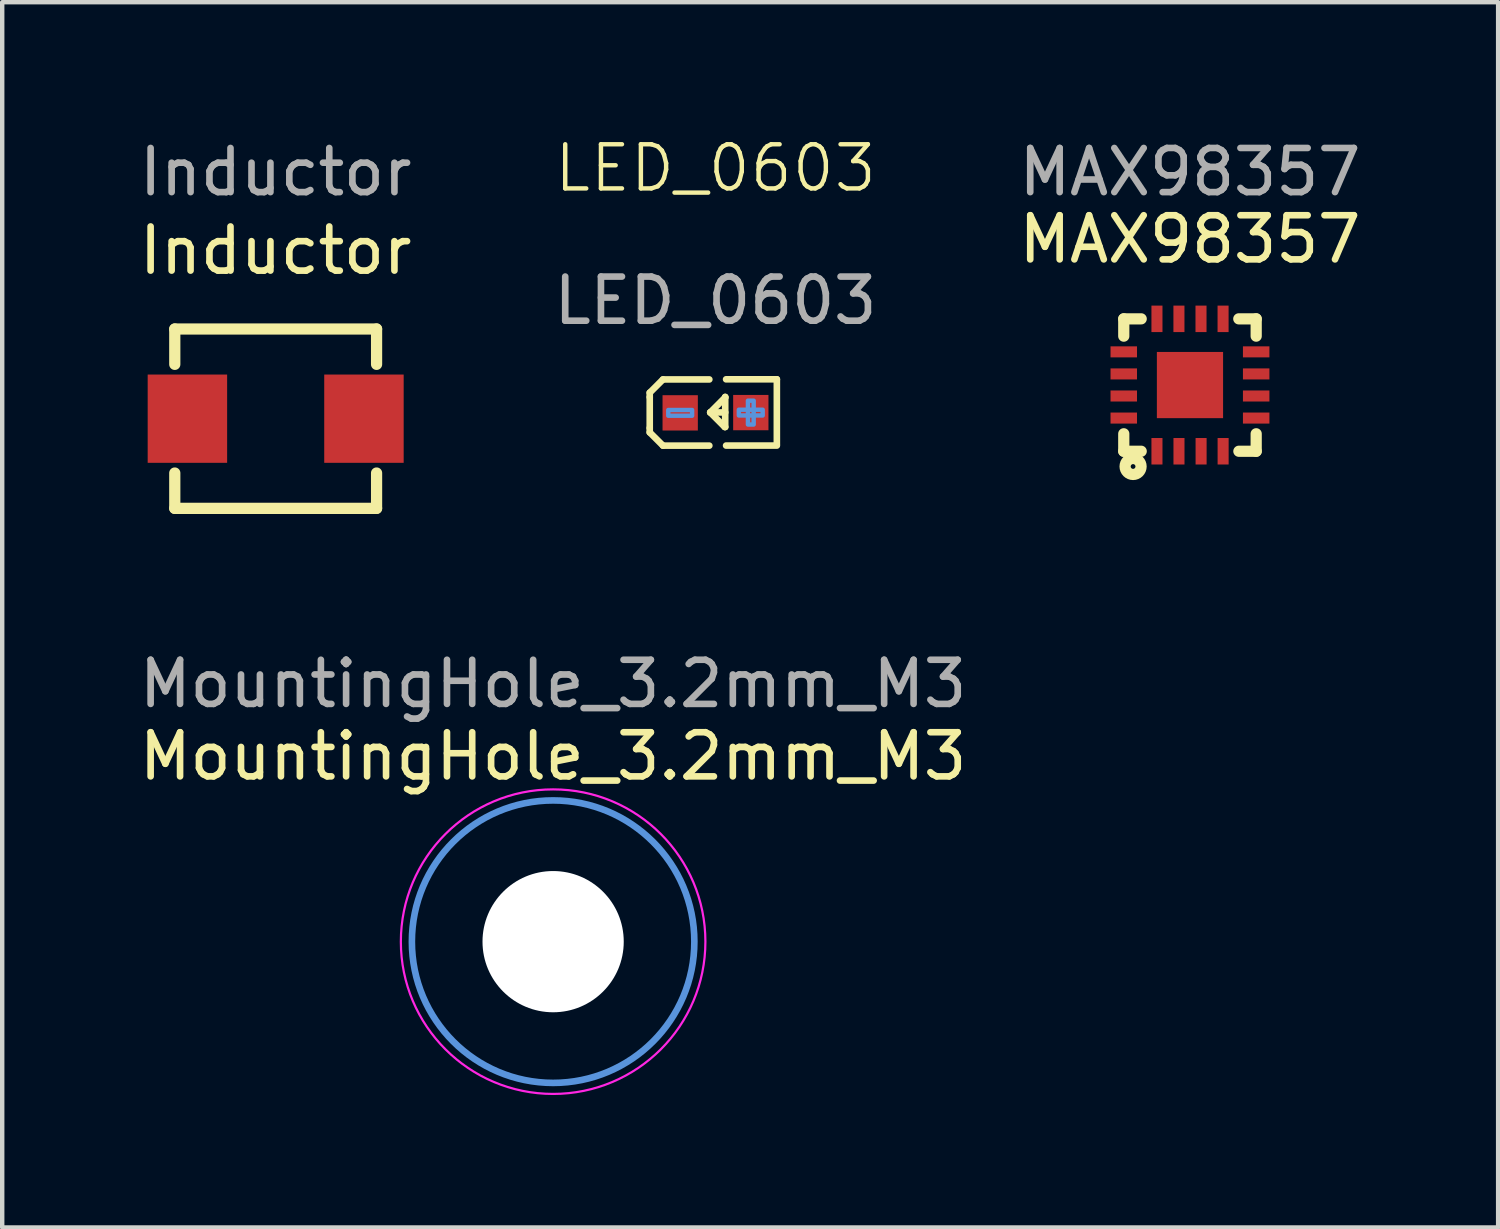
<source format=kicad_pcb>
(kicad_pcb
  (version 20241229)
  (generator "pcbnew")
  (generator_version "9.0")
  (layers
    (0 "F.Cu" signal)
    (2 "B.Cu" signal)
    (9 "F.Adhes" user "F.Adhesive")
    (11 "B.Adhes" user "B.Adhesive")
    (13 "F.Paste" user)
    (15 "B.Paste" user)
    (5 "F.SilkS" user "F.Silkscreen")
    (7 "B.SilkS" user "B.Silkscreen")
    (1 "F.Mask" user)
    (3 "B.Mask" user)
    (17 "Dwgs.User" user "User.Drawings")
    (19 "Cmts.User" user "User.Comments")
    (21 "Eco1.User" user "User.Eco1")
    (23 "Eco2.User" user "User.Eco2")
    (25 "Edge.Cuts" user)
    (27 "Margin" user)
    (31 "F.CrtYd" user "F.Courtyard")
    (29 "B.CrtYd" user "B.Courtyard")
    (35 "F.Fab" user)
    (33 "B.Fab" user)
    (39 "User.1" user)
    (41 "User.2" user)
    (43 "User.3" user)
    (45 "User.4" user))
  (footprint "Inductor"
    (layer "F.Cu")
    (at 3.196 6.436)
    (property "Reference" "Inductor" (at 0 -3.81 0) (unlocked yes) (layer "F.SilkS") (effects (font (size 1 1) (thickness 0.15))))
    (attr smd)
    (fp_line (start -2.286 -2.032) (end 2.286 -2.032) (stroke (width 0.254) (type solid)) (layer "F.SilkS"))
    (fp_line (start -2.286 -1.231) (end -2.286 -2.032) (stroke (width 0.254) (type solid)) (layer "F.SilkS"))
    (fp_line (start -2.286 2.032) (end -2.286 1.231) (stroke (width 0.254) (type solid)) (layer "F.SilkS"))
    (fp_line (start 2.286 -2.032) (end 2.286 -1.231) (stroke (width 0.254) (type solid)) (layer "F.SilkS"))
    (fp_line (start 2.286 1.231) (end 2.286 2.032) (stroke (width 0.254) (type solid)) (layer "F.SilkS"))
    (fp_line (start 2.286 2.032) (end -2.286 2.032) (stroke (width 0.254) (type solid)) (layer "F.SilkS"))
    (fp_text user "${REFERENCE}" (at 0 -5.588 0) (unlocked yes) (layer "F.Fab") (effects (font (size 1 1) (thickness 0.15))))
    (pad "1" smd rect (at -2 0 90) (size 2 1.8) (layers "F.Cu" "F.Mask" "F.Paste"))
    (pad "2" smd rect (at 2 0 90) (size 2 1.8) (layers "F.Cu" "F.Mask" "F.Paste")))
  (footprint "MAX98357"
    (layer "F.Cu")
    (at 23.911 5.674)
    (property "Reference" "MAX98357" (at 0 -3.302 0) (unlocked yes) (layer "F.SilkS") (effects (font (size 1 1) (thickness 0.15))))
    (attr smd)
    (fp_line (start -1.5 -1.5) (end -1.5 -1.108) (stroke (width 0.254) (type solid)) (layer "F.SilkS"))
    (fp_line (start -1.5 -1.5) (end -1.105 -1.5) (stroke (width 0.254) (type solid)) (layer "F.SilkS"))
    (fp_line (start -1.5 1.104) (end -1.5 1.5) (stroke (width 0.254) (type solid)) (layer "F.SilkS"))
    (fp_line (start -1.5 1.5) (end -1.105 1.5) (stroke (width 0.254) (type solid)) (layer "F.SilkS"))
    (fp_line (start 1.106 -1.5) (end 1.5 -1.5) (stroke (width 0.254) (type solid)) (layer "F.SilkS"))
    (fp_line (start 1.108 1.5) (end 1.5 1.5) (stroke (width 0.254) (type solid)) (layer "F.SilkS"))
    (fp_line (start 1.5 -1.108) (end 1.5 -1.5) (stroke (width 0.254) (type solid)) (layer "F.SilkS"))
    (fp_line (start 1.5 1.5) (end 1.5 1.104) (stroke (width 0.254) (type solid)) (layer "F.SilkS"))
    (fp_circle (center -1.289 1.845) (end -1.235 1.845) (stroke (width 0.254) (type solid)) (fill no) (layer "F.SilkS"))
    (fp_poly (pts (xy -1.8 -0.627) (xy -1.8 -0.877) (xy -1.2 -0.877) (xy -1.2 -0.627)) (stroke (width 0) (type solid)) (fill yes) (layer "F.Paste"))
    (fp_poly (pts (xy -1.8 -0.127) (xy -1.8 -0.377) (xy -1.2 -0.377) (xy -1.2 -0.127)) (stroke (width 0) (type solid)) (fill yes) (layer "F.Paste"))
    (fp_poly (pts (xy -1.8 0.373) (xy -1.8 0.123) (xy -1.2 0.123) (xy -1.2 0.373)) (stroke (width 0) (type solid)) (fill yes) (layer "F.Paste"))
    (fp_poly (pts (xy -1.8 0.873) (xy -1.8 0.623) (xy -1.2 0.623) (xy -1.2 0.873)) (stroke (width 0) (type solid)) (fill yes) (layer "F.Paste"))
    (fp_poly (pts (xy -0.873 -1.8) (xy -0.623 -1.8) (xy -0.623 -1.2) (xy -0.873 -1.2)) (stroke (width 0) (type solid)) (fill yes) (layer "F.Paste"))
    (fp_poly (pts (xy -0.623 1.8) (xy -0.873 1.8) (xy -0.873 1.2) (xy -0.623 1.2)) (stroke (width 0) (type solid)) (fill yes) (layer "F.Paste"))
    (fp_poly (pts (xy -0.6 0.6) (xy -0.6 -0.6) (xy 0.6 -0.6) (xy 0.6 0.6)) (stroke (width 0) (type solid)) (fill yes) (layer "F.Paste"))
    (fp_poly (pts (xy -0.375 -1.8) (xy -0.125 -1.8) (xy -0.125 -1.2) (xy -0.375 -1.2)) (stroke (width 0) (type solid)) (fill yes) (layer "F.Paste"))
    (fp_poly (pts (xy -0.123 1.8) (xy -0.373 1.8) (xy -0.373 1.2) (xy -0.123 1.2)) (stroke (width 0) (type solid)) (fill yes) (layer "F.Paste"))
    (fp_poly (pts (xy 0.125 -1.8) (xy 0.375 -1.8) (xy 0.375 -1.2) (xy 0.125 -1.2)) (stroke (width 0) (type solid)) (fill yes) (layer "F.Paste"))
    (fp_poly (pts (xy 0.377 1.8) (xy 0.127 1.8) (xy 0.127 1.2) (xy 0.377 1.2)) (stroke (width 0) (type solid)) (fill yes) (layer "F.Paste"))
    (fp_poly (pts (xy 0.625 -1.8) (xy 0.875 -1.8) (xy 0.875 -1.2) (xy 0.625 -1.2)) (stroke (width 0) (type solid)) (fill yes) (layer "F.Paste"))
    (fp_poly (pts (xy 0.877 1.8) (xy 0.627 1.8) (xy 0.627 1.2) (xy 0.877 1.2)) (stroke (width 0) (type solid)) (fill yes) (layer "F.Paste"))
    (fp_poly (pts (xy 1.8 -0.877) (xy 1.8 -0.627) (xy 1.2 -0.627) (xy 1.2 -0.877)) (stroke (width 0) (type solid)) (fill yes) (layer "F.Paste"))
    (fp_poly (pts (xy 1.8 -0.377) (xy 1.8 -0.127) (xy 1.2 -0.127) (xy 1.2 -0.377)) (stroke (width 0) (type solid)) (fill yes) (layer "F.Paste"))
    (fp_poly (pts (xy 1.8 0.123) (xy 1.8 0.373) (xy 1.2 0.373) (xy 1.2 0.123)) (stroke (width 0) (type solid)) (fill yes) (layer "F.Paste"))
    (fp_poly (pts (xy 1.8 0.623) (xy 1.8 0.873) (xy 1.2 0.873) (xy 1.2 0.623)) (stroke (width 0) (type solid)) (fill yes) (layer "F.Paste"))
    (fp_text user "${REFERENCE}" (at 0 -4.826 0) (unlocked yes) (layer "F.Fab") (effects (font (size 1 1) (thickness 0.15))))
    (pad "1" smd rect (at -0.748 1.5 180) (size 0.25 0.6) (layers "F.Cu" "F.Mask" "F.Paste"))
    (pad "2" smd rect (at -0.249 1.5 180) (size 0.25 0.6) (layers "F.Cu" "F.Mask" "F.Paste"))
    (pad "3" smd rect (at 0.252 1.5 180) (size 0.25 0.6) (layers "F.Cu" "F.Mask" "F.Paste"))
    (pad "4" smd rect (at 0.751 1.5 180) (size 0.25 0.6) (layers "F.Cu" "F.Mask" "F.Paste"))
    (pad "5" smd rect (at 1.5 0.748 270) (size 0.25 0.6) (layers "F.Cu" "F.Mask" "F.Paste"))
    (pad "6" smd rect (at 1.5 0.248 270) (size 0.25 0.6) (layers "F.Cu" "F.Mask" "F.Paste"))
    (pad "7" smd rect (at 1.5 -0.252 270) (size 0.25 0.6) (layers "F.Cu" "F.Mask" "F.Paste"))
    (pad "8" smd rect (at 1.5 -0.752 270) (size 0.25 0.6) (layers "F.Cu" "F.Mask" "F.Paste"))
    (pad "9" smd rect (at 0.75 -1.5) (size 0.25 0.6) (layers "F.Cu" "F.Mask" "F.Paste"))
    (pad "10" smd rect (at 0.25 -1.5) (size 0.25 0.6) (layers "F.Cu" "F.Mask" "F.Paste"))
    (pad "11" smd rect (at -0.25 -1.5) (size 0.25 0.6) (layers "F.Cu" "F.Mask" "F.Paste"))
    (pad "12" smd rect (at -0.748 -1.5) (size 0.25 0.6) (layers "F.Cu" "F.Mask" "F.Paste"))
    (pad "13" smd rect (at -1.5 -0.752 90) (size 0.25 0.6) (layers "F.Cu" "F.Mask" "F.Paste"))
    (pad "14" smd rect (at -1.5 -0.252 90) (size 0.25 0.6) (layers "F.Cu" "F.Mask" "F.Paste"))
    (pad "15" smd rect (at -1.5 0.248 90) (size 0.25 0.6) (layers "F.Cu" "F.Mask" "F.Paste"))
    (pad "16" smd rect (at -1.5 0.748 90) (size 0.25 0.6) (layers "F.Cu" "F.Mask" "F.Paste"))
    (pad "17" smd rect (at 0 0 90) (size 1.5 1.5) (layers "F.Cu" "F.Mask" "F.Paste")))
  (footprint "MountingHole_3.2mm_M3"
    (layer "F.Cu")
    (at 9.482 18.285)
    (property "Reference" "MountingHole_3.2mm_M3" (at 0 -4.2 0) (layer "F.SilkS") (effects (font (size 1 1) (thickness 0.15))))
    (attr exclude_from_pos_files exclude_from_bom)
    (fp_circle (center 0 0) (end 3.2 0) (stroke (width 0.15) (type solid)) (fill no) (layer "Cmts.User"))
    (fp_circle (center 0 0) (end 3.45 0) (stroke (width 0.05) (type solid)) (fill no) (layer "F.CrtYd"))
    (fp_text user "${REFERENCE}" (at 0 -5.842 0) (layer "F.Fab") (effects (font (size 1 1) (thickness 0.15))))
    (pad "" np_thru_hole circle (at 0 0) (size 3.2 3.2) (drill 3.2) (layers "*.Cu" "*.Mask")))
  (footprint "LED_0603"
    (layer "F.Cu")
    (at 13.161 6.301)
    (property "Reference" "LED_0603" (at 0 -5.54 0) (unlocked yes) (layer "F.SilkS") (effects (font (size 1 1) (thickness 0.1))))
    (attr smd)
    (fp_line (start -1.49 -0.454) (end -1.19 -0.754) (stroke (width 0.15) (type solid)) (layer "F.SilkS"))
    (fp_line (start -1.49 -0.354) (end -1.49 -0.454) (stroke (width 0.15) (type solid)) (layer "F.SilkS"))
    (fp_line (start -1.49 -0.354) (end -1.49 0.346) (stroke (width 0.15) (type solid)) (layer "F.SilkS"))
    (fp_line (start -1.49 0.346) (end -1.49 0.446) (stroke (width 0.15) (type solid)) (layer "F.SilkS"))
    (fp_line (start -1.49 0.446) (end -1.19 0.746) (stroke (width 0.15) (type solid)) (layer "F.SilkS"))
    (fp_line (start -0.14 -0.754) (end -1.19 -0.754) (stroke (width 0.15) (type solid)) (layer "F.SilkS"))
    (fp_line (start -0.14 0.746) (end -1.19 0.746) (stroke (width 0.15) (type solid)) (layer "F.SilkS"))
    (fp_line (start 0.21 0.323) (end -0.12 -0.007) (stroke (width 0.15) (type solid)) (layer "F.SilkS"))
    (fp_line (start 0.22 -0.357) (end 0.22 -0.347) (stroke (width 0.15) (type solid)) (layer "F.SilkS"))
    (fp_line (start 0.22 -0.357) (end 0.22 0.323) (stroke (width 0.15) (type solid)) (layer "F.SilkS"))
    (fp_line (start 0.22 -0.347) (end -0.12 -0.007) (stroke (width 0.15) (type solid)) (layer "F.SilkS"))
    (fp_line (start 0.22 -0.007) (end -0.12 -0.007) (stroke (width 0.15) (type solid)) (layer "F.SilkS"))
    (fp_line (start 0.22 0.323) (end 0.21 0.323) (stroke (width 0.15) (type solid)) (layer "F.SilkS"))
    (fp_line (start 0.24 -0.757) (end 1.39 -0.757) (stroke (width 0.15) (type solid)) (layer "F.SilkS"))
    (fp_line (start 0.24 0.744) (end 1.39 0.744) (stroke (width 0.15) (type solid)) (layer "F.SilkS"))
    (fp_line (start 1.39 -0.757) (end 1.39 0.723) (stroke (width 0.15) (type solid)) (layer "F.SilkS"))
    (fp_poly (pts (xy -1.07 -0.062) (xy -0.53 -0.062) (xy -0.53 0.068) (xy -1.07 0.068)) (stroke (width 0.1) (type solid)) (fill no) (layer "Cmts.User"))
    (fp_poly (pts (xy 0.529 -0.068) (xy 1.069 -0.068) (xy 1.069 0.062) (xy 0.529 0.062)) (stroke (width 0.1) (type solid)) (fill no) (layer "Cmts.User"))
    (fp_poly (pts (xy 0.735 0.267) (xy 0.735 -0.273) (xy 0.865 -0.273) (xy 0.865 0.267)) (stroke (width 0.1) (type solid)) (fill no) (layer "Cmts.User"))
    (fp_text user "${REFERENCE}" (at 0 -2.54 0) (unlocked yes) (layer "F.Fab") (effects (font (size 1 1) (thickness 0.15))))
    (pad "1" smd rect (at -0.8 0.003 90) (size 0.8 0.8) (layers "F.Cu" "F.Mask" "F.Paste"))
    (pad "2" smd rect (at 0.8 -0.003 90) (size 0.8 0.8) (layers "F.Cu" "F.Mask" "F.Paste")))
  (gr_rect
    (start -3 -3)
    (end 30.893 24.761)
    (stroke (width 0.1) (type default))
    (fill no)
    (layer "Edge.Cuts")))
</source>
